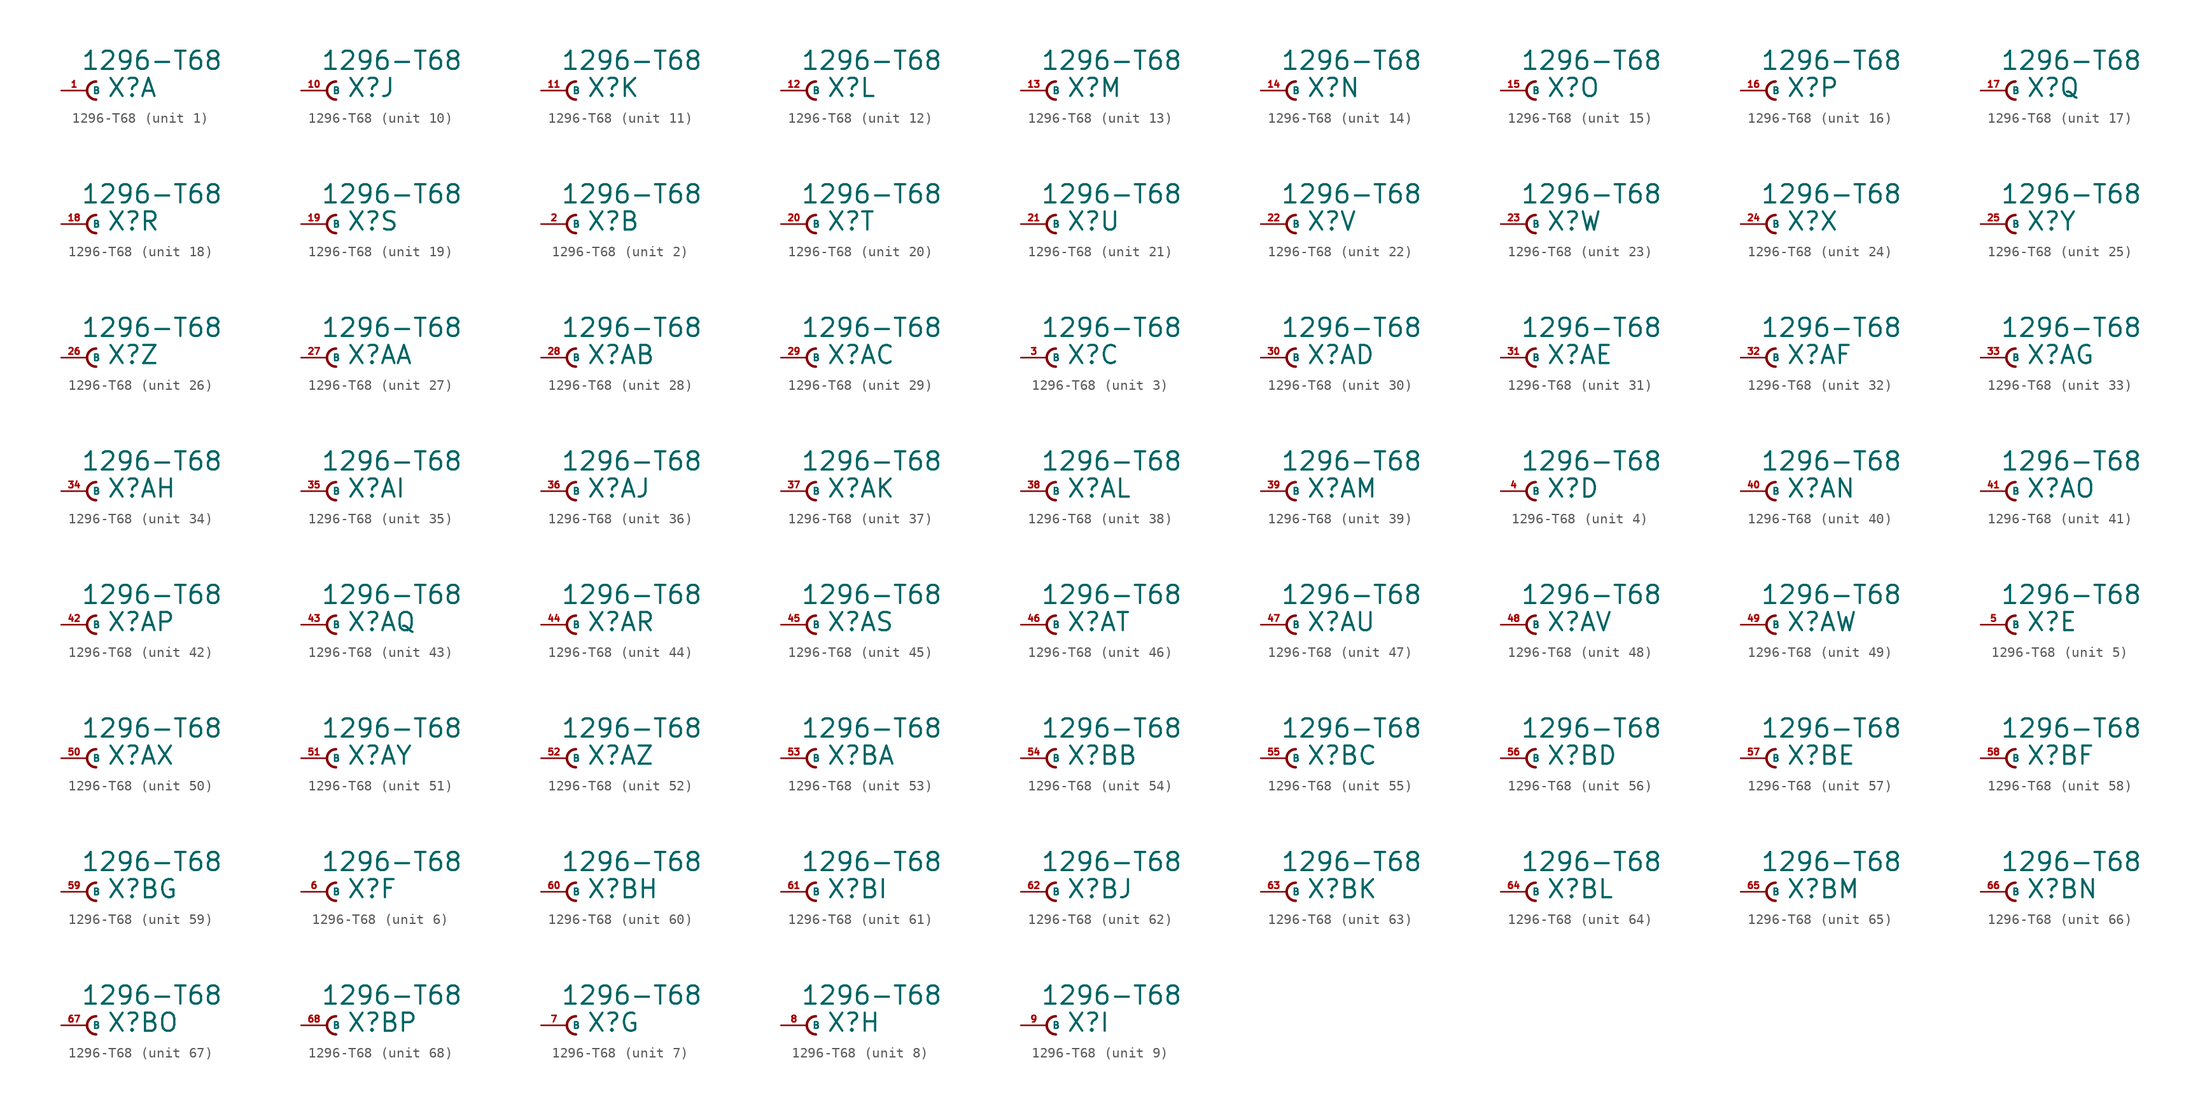
<source format=kicad_sym>
(kicad_symbol_lib
  (version 20220914)
  (generator Eagle2Kicad)
  (symbol "1296-T68"
    (property "Reference" "X"
      (at 1.905 -0.762 0)
      (effects (font (size 1.778 1.778) (thickness 0.22)) (justify left bottom)))
    (property "Value" "1296-T68"
      (at -0.635 1.905 0)
      (effects (font (size 1.778 1.778) (thickness 0.22)) (justify left bottom)))
    (symbol "1296-T68_1_0"
      (arc (start 0.889 0.889) (mid 0.000 0.000) (end 0.889 -0.889) (stroke (width 0.254) (type default)) (fill (type none)))
      (pin passive line (at -2.54 0 0) (length 2.54) (name "B" (effects (font (size 0.635 0.635) (thickness 0.08)) (justify left bottom))) (number "1" (effects (font (size 0.635 0.635) (thickness 0.08)) (justify left bottom)))))
    (symbol "1296-T68_2_0"
      (arc (start 0.889 0.889) (mid 0.000 0.000) (end 0.889 -0.889) (stroke (width 0.254) (type default)) (fill (type none)))
      (pin passive line (at -2.54 0 0) (length 2.54) (name "B" (effects (font (size 0.635 0.635) (thickness 0.08)) (justify left bottom))) (number "2" (effects (font (size 0.635 0.635) (thickness 0.08)) (justify left bottom)))))
    (symbol "1296-T68_3_0"
      (arc (start 0.889 0.889) (mid 0.000 0.000) (end 0.889 -0.889) (stroke (width 0.254) (type default)) (fill (type none)))
      (pin passive line (at -2.54 0 0) (length 2.54) (name "B" (effects (font (size 0.635 0.635) (thickness 0.08)) (justify left bottom))) (number "3" (effects (font (size 0.635 0.635) (thickness 0.08)) (justify left bottom)))))
    (symbol "1296-T68_4_0"
      (arc (start 0.889 0.889) (mid 0.000 0.000) (end 0.889 -0.889) (stroke (width 0.254) (type default)) (fill (type none)))
      (pin passive line (at -2.54 0 0) (length 2.54) (name "B" (effects (font (size 0.635 0.635) (thickness 0.08)) (justify left bottom))) (number "4" (effects (font (size 0.635 0.635) (thickness 0.08)) (justify left bottom)))))
    (symbol "1296-T68_5_0"
      (arc (start 0.889 0.889) (mid 0.000 0.000) (end 0.889 -0.889) (stroke (width 0.254) (type default)) (fill (type none)))
      (pin passive line (at -2.54 0 0) (length 2.54) (name "B" (effects (font (size 0.635 0.635) (thickness 0.08)) (justify left bottom))) (number "5" (effects (font (size 0.635 0.635) (thickness 0.08)) (justify left bottom)))))
    (symbol "1296-T68_6_0"
      (arc (start 0.889 0.889) (mid 0.000 0.000) (end 0.889 -0.889) (stroke (width 0.254) (type default)) (fill (type none)))
      (pin passive line (at -2.54 0 0) (length 2.54) (name "B" (effects (font (size 0.635 0.635) (thickness 0.08)) (justify left bottom))) (number "6" (effects (font (size 0.635 0.635) (thickness 0.08)) (justify left bottom)))))
    (symbol "1296-T68_7_0"
      (arc (start 0.889 0.889) (mid 0.000 0.000) (end 0.889 -0.889) (stroke (width 0.254) (type default)) (fill (type none)))
      (pin passive line (at -2.54 0 0) (length 2.54) (name "B" (effects (font (size 0.635 0.635) (thickness 0.08)) (justify left bottom))) (number "7" (effects (font (size 0.635 0.635) (thickness 0.08)) (justify left bottom)))))
    (symbol "1296-T68_8_0"
      (arc (start 0.889 0.889) (mid 0.000 0.000) (end 0.889 -0.889) (stroke (width 0.254) (type default)) (fill (type none)))
      (pin passive line (at -2.54 0 0) (length 2.54) (name "B" (effects (font (size 0.635 0.635) (thickness 0.08)) (justify left bottom))) (number "8" (effects (font (size 0.635 0.635) (thickness 0.08)) (justify left bottom)))))
    (symbol "1296-T68_9_0"
      (arc (start 0.889 0.889) (mid 0.000 0.000) (end 0.889 -0.889) (stroke (width 0.254) (type default)) (fill (type none)))
      (pin passive line (at -2.54 0 0) (length 2.54) (name "B" (effects (font (size 0.635 0.635) (thickness 0.08)) (justify left bottom))) (number "9" (effects (font (size 0.635 0.635) (thickness 0.08)) (justify left bottom)))))
    (symbol "1296-T68_10_0"
      (arc (start 0.889 0.889) (mid 0.000 0.000) (end 0.889 -0.889) (stroke (width 0.254) (type default)) (fill (type none)))
      (pin passive line (at -2.54 0 0) (length 2.54) (name "B" (effects (font (size 0.635 0.635) (thickness 0.08)) (justify left bottom))) (number "10" (effects (font (size 0.635 0.635) (thickness 0.08)) (justify left bottom)))))
    (symbol "1296-T68_11_0"
      (arc (start 0.889 0.889) (mid 0.000 0.000) (end 0.889 -0.889) (stroke (width 0.254) (type default)) (fill (type none)))
      (pin passive line (at -2.54 0 0) (length 2.54) (name "B" (effects (font (size 0.635 0.635) (thickness 0.08)) (justify left bottom))) (number "11" (effects (font (size 0.635 0.635) (thickness 0.08)) (justify left bottom)))))
    (symbol "1296-T68_12_0"
      (arc (start 0.889 0.889) (mid 0.000 0.000) (end 0.889 -0.889) (stroke (width 0.254) (type default)) (fill (type none)))
      (pin passive line (at -2.54 0 0) (length 2.54) (name "B" (effects (font (size 0.635 0.635) (thickness 0.08)) (justify left bottom))) (number "12" (effects (font (size 0.635 0.635) (thickness 0.08)) (justify left bottom)))))
    (symbol "1296-T68_13_0"
      (arc (start 0.889 0.889) (mid 0.000 0.000) (end 0.889 -0.889) (stroke (width 0.254) (type default)) (fill (type none)))
      (pin passive line (at -2.54 0 0) (length 2.54) (name "B" (effects (font (size 0.635 0.635) (thickness 0.08)) (justify left bottom))) (number "13" (effects (font (size 0.635 0.635) (thickness 0.08)) (justify left bottom)))))
    (symbol "1296-T68_14_0"
      (arc (start 0.889 0.889) (mid 0.000 0.000) (end 0.889 -0.889) (stroke (width 0.254) (type default)) (fill (type none)))
      (pin passive line (at -2.54 0 0) (length 2.54) (name "B" (effects (font (size 0.635 0.635) (thickness 0.08)) (justify left bottom))) (number "14" (effects (font (size 0.635 0.635) (thickness 0.08)) (justify left bottom)))))
    (symbol "1296-T68_15_0"
      (arc (start 0.889 0.889) (mid 0.000 0.000) (end 0.889 -0.889) (stroke (width 0.254) (type default)) (fill (type none)))
      (pin passive line (at -2.54 0 0) (length 2.54) (name "B" (effects (font (size 0.635 0.635) (thickness 0.08)) (justify left bottom))) (number "15" (effects (font (size 0.635 0.635) (thickness 0.08)) (justify left bottom)))))
    (symbol "1296-T68_16_0"
      (arc (start 0.889 0.889) (mid 0.000 0.000) (end 0.889 -0.889) (stroke (width 0.254) (type default)) (fill (type none)))
      (pin passive line (at -2.54 0 0) (length 2.54) (name "B" (effects (font (size 0.635 0.635) (thickness 0.08)) (justify left bottom))) (number "16" (effects (font (size 0.635 0.635) (thickness 0.08)) (justify left bottom)))))
    (symbol "1296-T68_17_0"
      (arc (start 0.889 0.889) (mid 0.000 0.000) (end 0.889 -0.889) (stroke (width 0.254) (type default)) (fill (type none)))
      (pin passive line (at -2.54 0 0) (length 2.54) (name "B" (effects (font (size 0.635 0.635) (thickness 0.08)) (justify left bottom))) (number "17" (effects (font (size 0.635 0.635) (thickness 0.08)) (justify left bottom)))))
    (symbol "1296-T68_18_0"
      (arc (start 0.889 0.889) (mid 0.000 0.000) (end 0.889 -0.889) (stroke (width 0.254) (type default)) (fill (type none)))
      (pin passive line (at -2.54 0 0) (length 2.54) (name "B" (effects (font (size 0.635 0.635) (thickness 0.08)) (justify left bottom))) (number "18" (effects (font (size 0.635 0.635) (thickness 0.08)) (justify left bottom)))))
    (symbol "1296-T68_19_0"
      (arc (start 0.889 0.889) (mid 0.000 0.000) (end 0.889 -0.889) (stroke (width 0.254) (type default)) (fill (type none)))
      (pin passive line (at -2.54 0 0) (length 2.54) (name "B" (effects (font (size 0.635 0.635) (thickness 0.08)) (justify left bottom))) (number "19" (effects (font (size 0.635 0.635) (thickness 0.08)) (justify left bottom)))))
    (symbol "1296-T68_20_0"
      (arc (start 0.889 0.889) (mid 0.000 0.000) (end 0.889 -0.889) (stroke (width 0.254) (type default)) (fill (type none)))
      (pin passive line (at -2.54 0 0) (length 2.54) (name "B" (effects (font (size 0.635 0.635) (thickness 0.08)) (justify left bottom))) (number "20" (effects (font (size 0.635 0.635) (thickness 0.08)) (justify left bottom)))))
    (symbol "1296-T68_21_0"
      (arc (start 0.889 0.889) (mid 0.000 0.000) (end 0.889 -0.889) (stroke (width 0.254) (type default)) (fill (type none)))
      (pin passive line (at -2.54 0 0) (length 2.54) (name "B" (effects (font (size 0.635 0.635) (thickness 0.08)) (justify left bottom))) (number "21" (effects (font (size 0.635 0.635) (thickness 0.08)) (justify left bottom)))))
    (symbol "1296-T68_22_0"
      (arc (start 0.889 0.889) (mid 0.000 0.000) (end 0.889 -0.889) (stroke (width 0.254) (type default)) (fill (type none)))
      (pin passive line (at -2.54 0 0) (length 2.54) (name "B" (effects (font (size 0.635 0.635) (thickness 0.08)) (justify left bottom))) (number "22" (effects (font (size 0.635 0.635) (thickness 0.08)) (justify left bottom)))))
    (symbol "1296-T68_23_0"
      (arc (start 0.889 0.889) (mid 0.000 0.000) (end 0.889 -0.889) (stroke (width 0.254) (type default)) (fill (type none)))
      (pin passive line (at -2.54 0 0) (length 2.54) (name "B" (effects (font (size 0.635 0.635) (thickness 0.08)) (justify left bottom))) (number "23" (effects (font (size 0.635 0.635) (thickness 0.08)) (justify left bottom)))))
    (symbol "1296-T68_24_0"
      (arc (start 0.889 0.889) (mid 0.000 0.000) (end 0.889 -0.889) (stroke (width 0.254) (type default)) (fill (type none)))
      (pin passive line (at -2.54 0 0) (length 2.54) (name "B" (effects (font (size 0.635 0.635) (thickness 0.08)) (justify left bottom))) (number "24" (effects (font (size 0.635 0.635) (thickness 0.08)) (justify left bottom)))))
    (symbol "1296-T68_25_0"
      (arc (start 0.889 0.889) (mid 0.000 0.000) (end 0.889 -0.889) (stroke (width 0.254) (type default)) (fill (type none)))
      (pin passive line (at -2.54 0 0) (length 2.54) (name "B" (effects (font (size 0.635 0.635) (thickness 0.08)) (justify left bottom))) (number "25" (effects (font (size 0.635 0.635) (thickness 0.08)) (justify left bottom)))))
    (symbol "1296-T68_26_0"
      (arc (start 0.889 0.889) (mid 0.000 0.000) (end 0.889 -0.889) (stroke (width 0.254) (type default)) (fill (type none)))
      (pin passive line (at -2.54 0 0) (length 2.54) (name "B" (effects (font (size 0.635 0.635) (thickness 0.08)) (justify left bottom))) (number "26" (effects (font (size 0.635 0.635) (thickness 0.08)) (justify left bottom)))))
    (symbol "1296-T68_27_0"
      (arc (start 0.889 0.889) (mid 0.000 0.000) (end 0.889 -0.889) (stroke (width 0.254) (type default)) (fill (type none)))
      (pin passive line (at -2.54 0 0) (length 2.54) (name "B" (effects (font (size 0.635 0.635) (thickness 0.08)) (justify left bottom))) (number "27" (effects (font (size 0.635 0.635) (thickness 0.08)) (justify left bottom)))))
    (symbol "1296-T68_28_0"
      (arc (start 0.889 0.889) (mid 0.000 0.000) (end 0.889 -0.889) (stroke (width 0.254) (type default)) (fill (type none)))
      (pin passive line (at -2.54 0 0) (length 2.54) (name "B" (effects (font (size 0.635 0.635) (thickness 0.08)) (justify left bottom))) (number "28" (effects (font (size 0.635 0.635) (thickness 0.08)) (justify left bottom)))))
    (symbol "1296-T68_29_0"
      (arc (start 0.889 0.889) (mid 0.000 0.000) (end 0.889 -0.889) (stroke (width 0.254) (type default)) (fill (type none)))
      (pin passive line (at -2.54 0 0) (length 2.54) (name "B" (effects (font (size 0.635 0.635) (thickness 0.08)) (justify left bottom))) (number "29" (effects (font (size 0.635 0.635) (thickness 0.08)) (justify left bottom)))))
    (symbol "1296-T68_30_0"
      (arc (start 0.889 0.889) (mid 0.000 0.000) (end 0.889 -0.889) (stroke (width 0.254) (type default)) (fill (type none)))
      (pin passive line (at -2.54 0 0) (length 2.54) (name "B" (effects (font (size 0.635 0.635) (thickness 0.08)) (justify left bottom))) (number "30" (effects (font (size 0.635 0.635) (thickness 0.08)) (justify left bottom)))))
    (symbol "1296-T68_31_0"
      (arc (start 0.889 0.889) (mid 0.000 0.000) (end 0.889 -0.889) (stroke (width 0.254) (type default)) (fill (type none)))
      (pin passive line (at -2.54 0 0) (length 2.54) (name "B" (effects (font (size 0.635 0.635) (thickness 0.08)) (justify left bottom))) (number "31" (effects (font (size 0.635 0.635) (thickness 0.08)) (justify left bottom)))))
    (symbol "1296-T68_32_0"
      (arc (start 0.889 0.889) (mid 0.000 0.000) (end 0.889 -0.889) (stroke (width 0.254) (type default)) (fill (type none)))
      (pin passive line (at -2.54 0 0) (length 2.54) (name "B" (effects (font (size 0.635 0.635) (thickness 0.08)) (justify left bottom))) (number "32" (effects (font (size 0.635 0.635) (thickness 0.08)) (justify left bottom)))))
    (symbol "1296-T68_33_0"
      (arc (start 0.889 0.889) (mid 0.000 0.000) (end 0.889 -0.889) (stroke (width 0.254) (type default)) (fill (type none)))
      (pin passive line (at -2.54 0 0) (length 2.54) (name "B" (effects (font (size 0.635 0.635) (thickness 0.08)) (justify left bottom))) (number "33" (effects (font (size 0.635 0.635) (thickness 0.08)) (justify left bottom)))))
    (symbol "1296-T68_34_0"
      (arc (start 0.889 0.889) (mid 0.000 0.000) (end 0.889 -0.889) (stroke (width 0.254) (type default)) (fill (type none)))
      (pin passive line (at -2.54 0 0) (length 2.54) (name "B" (effects (font (size 0.635 0.635) (thickness 0.08)) (justify left bottom))) (number "34" (effects (font (size 0.635 0.635) (thickness 0.08)) (justify left bottom)))))
    (symbol "1296-T68_35_0"
      (arc (start 0.889 0.889) (mid 0.000 0.000) (end 0.889 -0.889) (stroke (width 0.254) (type default)) (fill (type none)))
      (pin passive line (at -2.54 0 0) (length 2.54) (name "B" (effects (font (size 0.635 0.635) (thickness 0.08)) (justify left bottom))) (number "35" (effects (font (size 0.635 0.635) (thickness 0.08)) (justify left bottom)))))
    (symbol "1296-T68_36_0"
      (arc (start 0.889 0.889) (mid 0.000 0.000) (end 0.889 -0.889) (stroke (width 0.254) (type default)) (fill (type none)))
      (pin passive line (at -2.54 0 0) (length 2.54) (name "B" (effects (font (size 0.635 0.635) (thickness 0.08)) (justify left bottom))) (number "36" (effects (font (size 0.635 0.635) (thickness 0.08)) (justify left bottom)))))
    (symbol "1296-T68_37_0"
      (arc (start 0.889 0.889) (mid 0.000 0.000) (end 0.889 -0.889) (stroke (width 0.254) (type default)) (fill (type none)))
      (pin passive line (at -2.54 0 0) (length 2.54) (name "B" (effects (font (size 0.635 0.635) (thickness 0.08)) (justify left bottom))) (number "37" (effects (font (size 0.635 0.635) (thickness 0.08)) (justify left bottom)))))
    (symbol "1296-T68_38_0"
      (arc (start 0.889 0.889) (mid 0.000 0.000) (end 0.889 -0.889) (stroke (width 0.254) (type default)) (fill (type none)))
      (pin passive line (at -2.54 0 0) (length 2.54) (name "B" (effects (font (size 0.635 0.635) (thickness 0.08)) (justify left bottom))) (number "38" (effects (font (size 0.635 0.635) (thickness 0.08)) (justify left bottom)))))
    (symbol "1296-T68_39_0"
      (arc (start 0.889 0.889) (mid 0.000 0.000) (end 0.889 -0.889) (stroke (width 0.254) (type default)) (fill (type none)))
      (pin passive line (at -2.54 0 0) (length 2.54) (name "B" (effects (font (size 0.635 0.635) (thickness 0.08)) (justify left bottom))) (number "39" (effects (font (size 0.635 0.635) (thickness 0.08)) (justify left bottom)))))
    (symbol "1296-T68_40_0"
      (arc (start 0.889 0.889) (mid 0.000 0.000) (end 0.889 -0.889) (stroke (width 0.254) (type default)) (fill (type none)))
      (pin passive line (at -2.54 0 0) (length 2.54) (name "B" (effects (font (size 0.635 0.635) (thickness 0.08)) (justify left bottom))) (number "40" (effects (font (size 0.635 0.635) (thickness 0.08)) (justify left bottom)))))
    (symbol "1296-T68_41_0"
      (arc (start 0.889 0.889) (mid 0.000 0.000) (end 0.889 -0.889) (stroke (width 0.254) (type default)) (fill (type none)))
      (pin passive line (at -2.54 0 0) (length 2.54) (name "B" (effects (font (size 0.635 0.635) (thickness 0.08)) (justify left bottom))) (number "41" (effects (font (size 0.635 0.635) (thickness 0.08)) (justify left bottom)))))
    (symbol "1296-T68_42_0"
      (arc (start 0.889 0.889) (mid 0.000 0.000) (end 0.889 -0.889) (stroke (width 0.254) (type default)) (fill (type none)))
      (pin passive line (at -2.54 0 0) (length 2.54) (name "B" (effects (font (size 0.635 0.635) (thickness 0.08)) (justify left bottom))) (number "42" (effects (font (size 0.635 0.635) (thickness 0.08)) (justify left bottom)))))
    (symbol "1296-T68_43_0"
      (arc (start 0.889 0.889) (mid 0.000 0.000) (end 0.889 -0.889) (stroke (width 0.254) (type default)) (fill (type none)))
      (pin passive line (at -2.54 0 0) (length 2.54) (name "B" (effects (font (size 0.635 0.635) (thickness 0.08)) (justify left bottom))) (number "43" (effects (font (size 0.635 0.635) (thickness 0.08)) (justify left bottom)))))
    (symbol "1296-T68_44_0"
      (arc (start 0.889 0.889) (mid 0.000 0.000) (end 0.889 -0.889) (stroke (width 0.254) (type default)) (fill (type none)))
      (pin passive line (at -2.54 0 0) (length 2.54) (name "B" (effects (font (size 0.635 0.635) (thickness 0.08)) (justify left bottom))) (number "44" (effects (font (size 0.635 0.635) (thickness 0.08)) (justify left bottom)))))
    (symbol "1296-T68_45_0"
      (arc (start 0.889 0.889) (mid 0.000 0.000) (end 0.889 -0.889) (stroke (width 0.254) (type default)) (fill (type none)))
      (pin passive line (at -2.54 0 0) (length 2.54) (name "B" (effects (font (size 0.635 0.635) (thickness 0.08)) (justify left bottom))) (number "45" (effects (font (size 0.635 0.635) (thickness 0.08)) (justify left bottom)))))
    (symbol "1296-T68_46_0"
      (arc (start 0.889 0.889) (mid 0.000 0.000) (end 0.889 -0.889) (stroke (width 0.254) (type default)) (fill (type none)))
      (pin passive line (at -2.54 0 0) (length 2.54) (name "B" (effects (font (size 0.635 0.635) (thickness 0.08)) (justify left bottom))) (number "46" (effects (font (size 0.635 0.635) (thickness 0.08)) (justify left bottom)))))
    (symbol "1296-T68_47_0"
      (arc (start 0.889 0.889) (mid 0.000 0.000) (end 0.889 -0.889) (stroke (width 0.254) (type default)) (fill (type none)))
      (pin passive line (at -2.54 0 0) (length 2.54) (name "B" (effects (font (size 0.635 0.635) (thickness 0.08)) (justify left bottom))) (number "47" (effects (font (size 0.635 0.635) (thickness 0.08)) (justify left bottom)))))
    (symbol "1296-T68_48_0"
      (arc (start 0.889 0.889) (mid 0.000 0.000) (end 0.889 -0.889) (stroke (width 0.254) (type default)) (fill (type none)))
      (pin passive line (at -2.54 0 0) (length 2.54) (name "B" (effects (font (size 0.635 0.635) (thickness 0.08)) (justify left bottom))) (number "48" (effects (font (size 0.635 0.635) (thickness 0.08)) (justify left bottom)))))
    (symbol "1296-T68_49_0"
      (arc (start 0.889 0.889) (mid 0.000 0.000) (end 0.889 -0.889) (stroke (width 0.254) (type default)) (fill (type none)))
      (pin passive line (at -2.54 0 0) (length 2.54) (name "B" (effects (font (size 0.635 0.635) (thickness 0.08)) (justify left bottom))) (number "49" (effects (font (size 0.635 0.635) (thickness 0.08)) (justify left bottom)))))
    (symbol "1296-T68_50_0"
      (arc (start 0.889 0.889) (mid 0.000 0.000) (end 0.889 -0.889) (stroke (width 0.254) (type default)) (fill (type none)))
      (pin passive line (at -2.54 0 0) (length 2.54) (name "B" (effects (font (size 0.635 0.635) (thickness 0.08)) (justify left bottom))) (number "50" (effects (font (size 0.635 0.635) (thickness 0.08)) (justify left bottom)))))
    (symbol "1296-T68_51_0"
      (arc (start 0.889 0.889) (mid 0.000 0.000) (end 0.889 -0.889) (stroke (width 0.254) (type default)) (fill (type none)))
      (pin passive line (at -2.54 0 0) (length 2.54) (name "B" (effects (font (size 0.635 0.635) (thickness 0.08)) (justify left bottom))) (number "51" (effects (font (size 0.635 0.635) (thickness 0.08)) (justify left bottom)))))
    (symbol "1296-T68_52_0"
      (arc (start 0.889 0.889) (mid 0.000 0.000) (end 0.889 -0.889) (stroke (width 0.254) (type default)) (fill (type none)))
      (pin passive line (at -2.54 0 0) (length 2.54) (name "B" (effects (font (size 0.635 0.635) (thickness 0.08)) (justify left bottom))) (number "52" (effects (font (size 0.635 0.635) (thickness 0.08)) (justify left bottom)))))
    (symbol "1296-T68_53_0"
      (arc (start 0.889 0.889) (mid 0.000 0.000) (end 0.889 -0.889) (stroke (width 0.254) (type default)) (fill (type none)))
      (pin passive line (at -2.54 0 0) (length 2.54) (name "B" (effects (font (size 0.635 0.635) (thickness 0.08)) (justify left bottom))) (number "53" (effects (font (size 0.635 0.635) (thickness 0.08)) (justify left bottom)))))
    (symbol "1296-T68_54_0"
      (arc (start 0.889 0.889) (mid 0.000 0.000) (end 0.889 -0.889) (stroke (width 0.254) (type default)) (fill (type none)))
      (pin passive line (at -2.54 0 0) (length 2.54) (name "B" (effects (font (size 0.635 0.635) (thickness 0.08)) (justify left bottom))) (number "54" (effects (font (size 0.635 0.635) (thickness 0.08)) (justify left bottom)))))
    (symbol "1296-T68_55_0"
      (arc (start 0.889 0.889) (mid 0.000 0.000) (end 0.889 -0.889) (stroke (width 0.254) (type default)) (fill (type none)))
      (pin passive line (at -2.54 0 0) (length 2.54) (name "B" (effects (font (size 0.635 0.635) (thickness 0.08)) (justify left bottom))) (number "55" (effects (font (size 0.635 0.635) (thickness 0.08)) (justify left bottom)))))
    (symbol "1296-T68_56_0"
      (arc (start 0.889 0.889) (mid 0.000 0.000) (end 0.889 -0.889) (stroke (width 0.254) (type default)) (fill (type none)))
      (pin passive line (at -2.54 0 0) (length 2.54) (name "B" (effects (font (size 0.635 0.635) (thickness 0.08)) (justify left bottom))) (number "56" (effects (font (size 0.635 0.635) (thickness 0.08)) (justify left bottom)))))
    (symbol "1296-T68_57_0"
      (arc (start 0.889 0.889) (mid 0.000 0.000) (end 0.889 -0.889) (stroke (width 0.254) (type default)) (fill (type none)))
      (pin passive line (at -2.54 0 0) (length 2.54) (name "B" (effects (font (size 0.635 0.635) (thickness 0.08)) (justify left bottom))) (number "57" (effects (font (size 0.635 0.635) (thickness 0.08)) (justify left bottom)))))
    (symbol "1296-T68_58_0"
      (arc (start 0.889 0.889) (mid 0.000 0.000) (end 0.889 -0.889) (stroke (width 0.254) (type default)) (fill (type none)))
      (pin passive line (at -2.54 0 0) (length 2.54) (name "B" (effects (font (size 0.635 0.635) (thickness 0.08)) (justify left bottom))) (number "58" (effects (font (size 0.635 0.635) (thickness 0.08)) (justify left bottom)))))
    (symbol "1296-T68_59_0"
      (arc (start 0.889 0.889) (mid 0.000 0.000) (end 0.889 -0.889) (stroke (width 0.254) (type default)) (fill (type none)))
      (pin passive line (at -2.54 0 0) (length 2.54) (name "B" (effects (font (size 0.635 0.635) (thickness 0.08)) (justify left bottom))) (number "59" (effects (font (size 0.635 0.635) (thickness 0.08)) (justify left bottom)))))
    (symbol "1296-T68_60_0"
      (arc (start 0.889 0.889) (mid 0.000 0.000) (end 0.889 -0.889) (stroke (width 0.254) (type default)) (fill (type none)))
      (pin passive line (at -2.54 0 0) (length 2.54) (name "B" (effects (font (size 0.635 0.635) (thickness 0.08)) (justify left bottom))) (number "60" (effects (font (size 0.635 0.635) (thickness 0.08)) (justify left bottom)))))
    (symbol "1296-T68_61_0"
      (arc (start 0.889 0.889) (mid 0.000 0.000) (end 0.889 -0.889) (stroke (width 0.254) (type default)) (fill (type none)))
      (pin passive line (at -2.54 0 0) (length 2.54) (name "B" (effects (font (size 0.635 0.635) (thickness 0.08)) (justify left bottom))) (number "61" (effects (font (size 0.635 0.635) (thickness 0.08)) (justify left bottom)))))
    (symbol "1296-T68_62_0"
      (arc (start 0.889 0.889) (mid 0.000 0.000) (end 0.889 -0.889) (stroke (width 0.254) (type default)) (fill (type none)))
      (pin passive line (at -2.54 0 0) (length 2.54) (name "B" (effects (font (size 0.635 0.635) (thickness 0.08)) (justify left bottom))) (number "62" (effects (font (size 0.635 0.635) (thickness 0.08)) (justify left bottom)))))
    (symbol "1296-T68_63_0"
      (arc (start 0.889 0.889) (mid 0.000 0.000) (end 0.889 -0.889) (stroke (width 0.254) (type default)) (fill (type none)))
      (pin passive line (at -2.54 0 0) (length 2.54) (name "B" (effects (font (size 0.635 0.635) (thickness 0.08)) (justify left bottom))) (number "63" (effects (font (size 0.635 0.635) (thickness 0.08)) (justify left bottom)))))
    (symbol "1296-T68_64_0"
      (arc (start 0.889 0.889) (mid 0.000 0.000) (end 0.889 -0.889) (stroke (width 0.254) (type default)) (fill (type none)))
      (pin passive line (at -2.54 0 0) (length 2.54) (name "B" (effects (font (size 0.635 0.635) (thickness 0.08)) (justify left bottom))) (number "64" (effects (font (size 0.635 0.635) (thickness 0.08)) (justify left bottom)))))
    (symbol "1296-T68_65_0"
      (arc (start 0.889 0.889) (mid 0.000 0.000) (end 0.889 -0.889) (stroke (width 0.254) (type default)) (fill (type none)))
      (pin passive line (at -2.54 0 0) (length 2.54) (name "B" (effects (font (size 0.635 0.635) (thickness 0.08)) (justify left bottom))) (number "65" (effects (font (size 0.635 0.635) (thickness 0.08)) (justify left bottom)))))
    (symbol "1296-T68_66_0"
      (arc (start 0.889 0.889) (mid 0.000 0.000) (end 0.889 -0.889) (stroke (width 0.254) (type default)) (fill (type none)))
      (pin passive line (at -2.54 0 0) (length 2.54) (name "B" (effects (font (size 0.635 0.635) (thickness 0.08)) (justify left bottom))) (number "66" (effects (font (size 0.635 0.635) (thickness 0.08)) (justify left bottom)))))
    (symbol "1296-T68_67_0"
      (arc (start 0.889 0.889) (mid 0.000 0.000) (end 0.889 -0.889) (stroke (width 0.254) (type default)) (fill (type none)))
      (pin passive line (at -2.54 0 0) (length 2.54) (name "B" (effects (font (size 0.635 0.635) (thickness 0.08)) (justify left bottom))) (number "67" (effects (font (size 0.635 0.635) (thickness 0.08)) (justify left bottom)))))
    (symbol "1296-T68_68_0"
      (arc (start 0.889 0.889) (mid 0.000 0.000) (end 0.889 -0.889) (stroke (width 0.254) (type default)) (fill (type none)))
      (pin passive line (at -2.54 0 0) (length 2.54) (name "B" (effects (font (size 0.635 0.635) (thickness 0.08)) (justify left bottom))) (number "68" (effects (font (size 0.635 0.635) (thickness 0.08)) (justify left bottom)))))))
</source>
